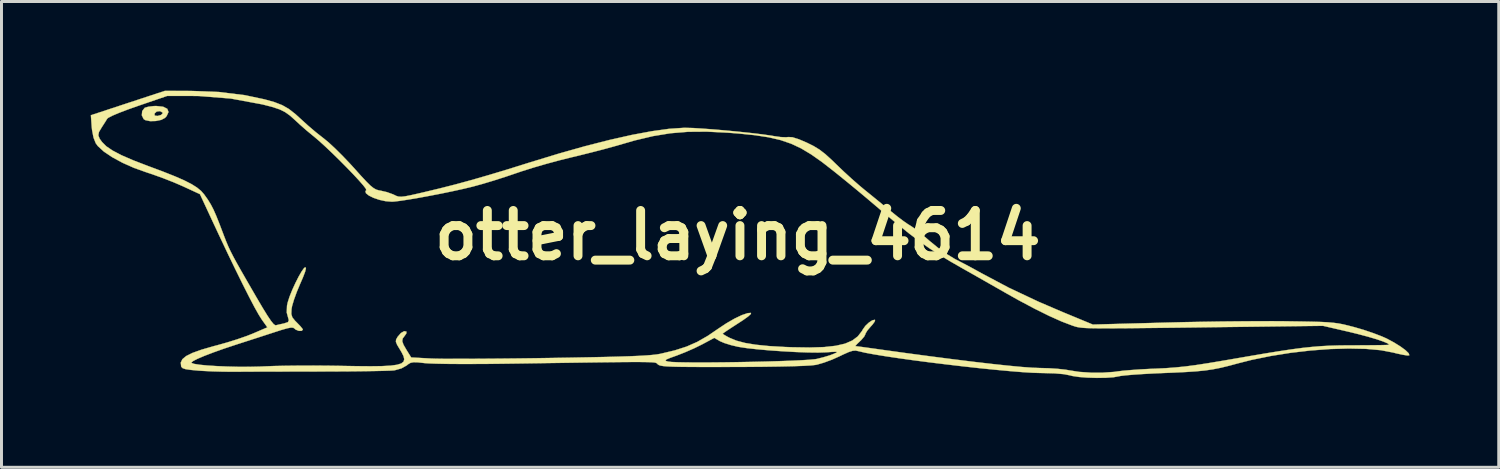
<source format=kicad_pcb>
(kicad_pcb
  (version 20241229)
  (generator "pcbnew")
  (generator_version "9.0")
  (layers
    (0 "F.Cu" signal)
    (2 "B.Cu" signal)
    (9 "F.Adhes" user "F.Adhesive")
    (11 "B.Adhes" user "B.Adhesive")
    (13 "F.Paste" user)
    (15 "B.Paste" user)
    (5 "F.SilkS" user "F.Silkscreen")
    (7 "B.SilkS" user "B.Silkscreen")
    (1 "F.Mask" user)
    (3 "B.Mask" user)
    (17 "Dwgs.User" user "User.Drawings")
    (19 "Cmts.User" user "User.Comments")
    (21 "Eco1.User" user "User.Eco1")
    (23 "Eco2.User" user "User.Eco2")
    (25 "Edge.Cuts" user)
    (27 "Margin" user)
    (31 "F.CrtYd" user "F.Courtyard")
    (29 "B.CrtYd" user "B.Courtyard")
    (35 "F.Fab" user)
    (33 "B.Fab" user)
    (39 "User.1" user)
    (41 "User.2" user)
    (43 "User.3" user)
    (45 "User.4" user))
  (footprint "otter_laying_4614"
    (layer "F.Cu")
    (at 21.749 4.859)
    (property "Reference" "otter_laying_4614" (at 0 0 0) (layer "F.SilkS") (effects (font (size 1.524 1.524) (thickness 0.3))))
    (attr through_hole)
    (fp_poly (pts (xy -19.315 -4.321) (xy -19.176 -4.251) (xy -19.135 -4.144) (xy -19.198 -4.007) (xy -19.248 -3.951) (xy -19.375 -3.881) (xy -19.559 -3.842) (xy -19.753 -3.837) (xy -19.912 -3.87) (xy -19.97 -3.906) (xy -20.032 -4.033) (xy -20.027 -4.092) (xy -19.607 -4.092) (xy -19.597 -4.023) (xy -19.505 -4.011) (xy -19.394 -4.042) (xy -19.333 -4.095) (xy -19.336 -4.126) (xy -19.42 -4.174) (xy -19.531 -4.16) (xy -19.606 -4.093) (xy -19.607 -4.092) (xy -20.027 -4.092) (xy -20.019 -4.176) (xy -19.937 -4.283) (xy -19.929 -4.288) (xy -19.808 -4.323) (xy -19.629 -4.344) (xy -19.545 -4.346) (xy -19.315 -4.321)) (stroke (width 0.01) (type solid)) (fill yes) (layer "F.SilkS"))
    (fp_poly (pts (xy -18.392 -4.853) (xy -17.443 -4.817) (xy -16.57 -4.71) (xy -15.91 -4.57) (xy -15.575 -4.476) (xy -15.315 -4.375) (xy -15.091 -4.247) (xy -14.866 -4.071) (xy -14.663 -3.886) (xy -14.437 -3.681) (xy -14.183 -3.465) (xy -13.951 -3.282) (xy -13.918 -3.257) (xy -13.752 -3.12) (xy -13.535 -2.919) (xy -13.29 -2.676) (xy -13.038 -2.412) (xy -12.901 -2.262) (xy -12.663 -1.997) (xy -12.484 -1.805) (xy -12.35 -1.672) (xy -12.245 -1.588) (xy -12.156 -1.538) (xy -12.068 -1.511) (xy -12.004 -1.5) (xy -11.794 -1.451) (xy -11.591 -1.378) (xy -11.556 -1.362) (xy -11.476 -1.323) (xy -11.401 -1.301) (xy -11.31 -1.296) (xy -11.183 -1.31) (xy -10.998 -1.346) (xy -10.736 -1.405) (xy -10.547 -1.449) (xy -10.017 -1.576) (xy -9.494 -1.709) (xy -8.955 -1.856) (xy -8.38 -2.022) (xy -7.745 -2.213) (xy -7.029 -2.437) (xy -6.957 -2.459) (xy -6.01 -2.748) (xy -5.124 -2.998) (xy -4.303 -3.207) (xy -3.556 -3.375) (xy -2.889 -3.499) (xy -2.309 -3.579) (xy -1.823 -3.612) (xy -1.741 -3.612) (xy -1.506 -3.606) (xy -1.184 -3.586) (xy -0.803 -3.558) (xy -0.387 -3.522) (xy 0.037 -3.481) (xy 0.444 -3.438) (xy 0.807 -3.395) (xy 1.1 -3.354) (xy 1.242 -3.33) (xy 1.444 -3.302) (xy 1.622 -3.295) (xy 1.697 -3.303) (xy 1.835 -3.296) (xy 2.05 -3.229) (xy 2.318 -3.115) (xy 2.551 -2.999) (xy 2.749 -2.878) (xy 2.942 -2.729) (xy 3.162 -2.529) (xy 3.302 -2.393) (xy 3.552 -2.153) (xy 3.829 -1.899) (xy 4.094 -1.667) (xy 4.262 -1.527) (xy 4.522 -1.317) (xy 4.816 -1.077) (xy 5.092 -0.851) (xy 5.165 -0.792) (xy 5.373 -0.625) (xy 5.567 -0.479) (xy 5.72 -0.373) (xy 5.78 -0.337) (xy 5.889 -0.266) (xy 6.056 -0.139) (xy 6.258 0.026) (xy 6.433 0.178) (xy 6.721 0.413) (xy 7.02 0.628) (xy 7.292 0.794) (xy 7.342 0.82) (xy 7.605 0.956) (xy 7.905 1.116) (xy 8.178 1.267) (xy 8.196 1.277) (xy 9.1 1.757) (xy 10.112 2.234) (xy 10.914 2.578) (xy 11.934 3) (xy 14.392 2.934) (xy 14.988 2.919) (xy 15.618 2.907) (xy 16.256 2.897) (xy 16.88 2.891) (xy 17.466 2.887) (xy 17.988 2.886) (xy 18.424 2.889) (xy 18.457 2.89) (xy 18.927 2.897) (xy 19.301 2.904) (xy 19.597 2.912) (xy 19.832 2.924) (xy 20.024 2.941) (xy 20.19 2.963) (xy 20.348 2.993) (xy 20.514 3.033) (xy 20.707 3.083) (xy 20.733 3.09) (xy 21.044 3.181) (xy 21.362 3.289) (xy 21.645 3.397) (xy 21.81 3.47) (xy 22.056 3.602) (xy 22.273 3.737) (xy 22.443 3.862) (xy 22.548 3.963) (xy 22.572 4.029) (xy 22.568 4.035) (xy 22.501 4.039) (xy 22.351 4.015) (xy 22.145 3.971) (xy 22.032 3.942) (xy 21.615 3.862) (xy 21.11 3.817) (xy 20.536 3.805) (xy 19.91 3.823) (xy 19.252 3.872) (xy 18.581 3.95) (xy 17.916 4.056) (xy 17.274 4.187) (xy 16.82 4.302) (xy 16.504 4.387) (xy 16.228 4.454) (xy 15.968 4.505) (xy 15.7 4.544) (xy 15.403 4.573) (xy 15.051 4.596) (xy 14.621 4.617) (xy 14.365 4.627) (xy 13.974 4.644) (xy 13.61 4.664) (xy 13.292 4.685) (xy 13.038 4.707) (xy 12.868 4.727) (xy 12.813 4.738) (xy 12.631 4.771) (xy 12.371 4.789) (xy 12.067 4.793) (xy 11.756 4.784) (xy 11.47 4.762) (xy 11.244 4.728) (xy 11.176 4.71) (xy 10.966 4.668) (xy 10.656 4.641) (xy 10.257 4.63) (xy 10.188 4.629) (xy 9.92 4.621) (xy 9.565 4.599) (xy 9.137 4.564) (xy 8.652 4.519) (xy 8.126 4.466) (xy 7.573 4.405) (xy 7.01 4.339) (xy 6.452 4.271) (xy 5.914 4.201) (xy 5.412 4.131) (xy 4.96 4.064) (xy 4.576 4.001) (xy 4.273 3.945) (xy 4.07 3.897) (xy 3.965 3.875) (xy 3.86 3.882) (xy 3.726 3.925) (xy 3.535 4.01) (xy 3.42 4.066) (xy 3.165 4.18) (xy 2.897 4.279) (xy 2.667 4.346) (xy 2.625 4.355) (xy 2.469 4.373) (xy 2.207 4.388) (xy 1.843 4.401) (xy 1.382 4.411) (xy 0.83 4.419) (xy 0.193 4.424) (xy -0.149 4.425) (xy -0.742 4.426) (xy -1.233 4.426) (xy -1.631 4.424) (xy -1.946 4.421) (xy -2.19 4.415) (xy -2.372 4.407) (xy -2.502 4.396) (xy -2.591 4.381) (xy -2.648 4.363) (xy -2.685 4.341) (xy -2.689 4.337) (xy -2.705 4.321) (xy -2.718 4.307) (xy -2.735 4.295) (xy -2.763 4.284) (xy -2.809 4.275) (xy -2.88 4.269) (xy -2.983 4.264) (xy -3.124 4.261) (xy -3.311 4.259) (xy -3.551 4.259) (xy -3.85 4.261) (xy -4.216 4.265) (xy -4.654 4.27) (xy -5.174 4.277) (xy -5.78 4.286) (xy -6.48 4.296) (xy -7.281 4.308) (xy -7.93 4.317) (xy -8.441 4.323) (xy -8.931 4.325) (xy -9.385 4.325) (xy -9.788 4.322) (xy -10.124 4.315) (xy -10.377 4.306) (xy -10.525 4.296) (xy -10.752 4.271) (xy -10.898 4.267) (xy -10.996 4.285) (xy -11.076 4.331) (xy -11.129 4.374) (xy -11.303 4.472) (xy -11.525 4.535) (xy -11.555 4.54) (xy -11.67 4.548) (xy -11.885 4.555) (xy -12.185 4.562) (xy -12.555 4.568) (xy -12.983 4.573) (xy -13.454 4.576) (xy -13.955 4.578) (xy -14.083 4.578) (xy -14.606 4.579) (xy -15.12 4.58) (xy -15.606 4.581) (xy -16.048 4.582) (xy -16.429 4.583) (xy -16.733 4.585) (xy -16.943 4.586) (xy -16.962 4.586) (xy -17.294 4.584) (xy -17.661 4.574) (xy -18.001 4.557) (xy -18.131 4.548) (xy -18.392 4.524) (xy -18.561 4.499) (xy -18.658 4.467) (xy -18.704 4.422) (xy -18.71 4.406) (xy -18.723 4.279) (xy -18.669 4.165) (xy -18.54 4.058) (xy -18.328 3.953) (xy -18.023 3.844) (xy -17.618 3.727) (xy -17.488 3.693) (xy -17.161 3.601) (xy -16.819 3.494) (xy -16.506 3.385) (xy -16.293 3.301) (xy -15.812 3.094) (xy -16 2.831) (xy -16.102 2.669) (xy -16.246 2.413) (xy -16.426 2.069) (xy -16.639 1.648) (xy -16.881 1.157) (xy -17.148 0.604) (xy -17.435 -0.002) (xy -17.606 -0.367) (xy -18.078 -1.383) (xy -18.649 -1.647) (xy -18.952 -1.778) (xy -19.311 -1.919) (xy -19.672 -2.049) (xy -19.883 -2.119) (xy -20.295 -2.266) (xy -20.682 -2.438) (xy -21.026 -2.625) (xy -21.309 -2.815) (xy -21.51 -2.999) (xy -21.581 -3.095) (xy -21.655 -3.283) (xy -21.67 -3.359) (xy -21.495 -3.359) (xy -21.448 -3.244) (xy -21.369 -3.135) (xy -21.228 -2.993) (xy -21.012 -2.847) (xy -20.712 -2.69) (xy -20.32 -2.52) (xy -19.826 -2.33) (xy -19.801 -2.321) (xy -19.311 -2.138) (xy -18.916 -1.981) (xy -18.603 -1.844) (xy -18.362 -1.721) (xy -18.178 -1.605) (xy -18.039 -1.49) (xy -17.933 -1.369) (xy -17.927 -1.36) (xy -17.809 -1.193) (xy -17.712 -1.035) (xy -17.623 -0.863) (xy -17.53 -0.652) (xy -17.42 -0.376) (xy -17.329 -0.136) (xy -17.256 0.056) (xy -17.19 0.223) (xy -17.124 0.379) (xy -17.049 0.538) (xy -16.958 0.716) (xy -16.844 0.926) (xy -16.698 1.185) (xy -16.514 1.506) (xy -16.283 1.905) (xy -16.184 2.076) (xy -15.975 2.431) (xy -15.812 2.696) (xy -15.69 2.877) (xy -15.603 2.984) (xy -15.544 3.025) (xy -15.528 3.025) (xy -15.411 2.997) (xy -15.253 2.963) (xy -15.25 2.962) (xy -15.121 2.919) (xy -15.09 2.857) (xy -15.095 2.84) (xy -15.161 2.597) (xy -15.152 2.364) (xy -15.127 2.251) (xy -15.066 2.061) (xy -14.977 1.839) (xy -14.871 1.608) (xy -14.762 1.392) (xy -14.661 1.216) (xy -14.579 1.102) (xy -14.537 1.072) (xy -14.516 1.109) (xy -14.543 1.224) (xy -14.62 1.425) (xy -14.718 1.65) (xy -14.827 1.912) (xy -14.919 2.166) (xy -14.981 2.376) (xy -15 2.482) (xy -15.007 2.646) (xy -14.973 2.759) (xy -14.881 2.873) (xy -14.822 2.932) (xy -14.705 3.053) (xy -14.631 3.145) (xy -14.619 3.172) (xy -14.662 3.213) (xy -14.758 3.211) (xy -14.859 3.171) (xy -14.897 3.138) (xy -14.942 3.107) (xy -15.018 3.102) (xy -15.145 3.126) (xy -15.344 3.183) (xy -15.539 3.246) (xy -15.829 3.34) (xy -16.179 3.454) (xy -16.545 3.572) (xy -16.849 3.67) (xy -17.263 3.807) (xy -17.628 3.937) (xy -17.931 4.053) (xy -18.163 4.152) (xy -18.312 4.229) (xy -18.367 4.28) (xy -18.363 4.29) (xy -18.273 4.322) (xy -18.09 4.351) (xy -17.831 4.376) (xy -17.516 4.396) (xy -17.163 4.411) (xy -16.792 4.42) (xy -16.421 4.421) (xy -16.069 4.413) (xy -15.889 4.405) (xy -15.578 4.393) (xy -15.181 4.385) (xy -14.727 4.38) (xy -14.242 4.379) (xy -13.755 4.383) (xy -13.406 4.388) (xy -12.823 4.398) (xy -12.344 4.402) (xy -11.962 4.397) (xy -11.668 4.381) (xy -11.455 4.352) (xy -11.312 4.308) (xy -11.234 4.247) (xy -11.222 4.204) (xy -2.434 4.204) (xy -2.404 4.227) (xy -2.342 4.244) (xy -2.224 4.258) (xy -2.009 4.267) (xy -1.711 4.273) (xy -1.347 4.275) (xy -0.931 4.274) (xy -0.479 4.27) (xy -0.007 4.263) (xy 0.472 4.254) (xy 0.94 4.243) (xy 1.382 4.23) (xy 1.785 4.216) (xy 2.131 4.2) (xy 2.406 4.183) (xy 2.594 4.165) (xy 2.653 4.156) (xy 2.88 4.099) (xy 3.093 4.035) (xy 3.217 3.988) (xy 3.309 3.946) (xy 3.338 3.922) (xy 3.291 3.915) (xy 3.155 3.92) (xy 2.957 3.934) (xy 2.696 3.942) (xy 2.351 3.938) (xy 1.949 3.923) (xy 1.516 3.899) (xy 1.082 3.869) (xy 0.673 3.833) (xy 0.316 3.794) (xy 0.039 3.752) (xy 0 3.745) (xy -0.235 3.689) (xy -0.451 3.621) (xy -0.602 3.557) (xy -0.606 3.554) (xy -0.789 3.447) (xy -1.199 3.666) (xy -1.467 3.798) (xy -1.776 3.933) (xy -2.059 4.044) (xy -2.06 4.044) (xy -2.275 4.121) (xy -2.395 4.171) (xy -2.434 4.204) (xy -11.222 4.204) (xy -11.211 4.165) (xy -11.235 4.063) (xy -11.298 3.936) (xy -11.353 3.843) (xy -11.45 3.682) (xy -11.492 3.581) (xy -11.486 3.506) (xy -11.439 3.421) (xy -11.434 3.413) (xy -11.323 3.285) (xy -11.213 3.222) (xy -11.136 3.238) (xy -11.142 3.301) (xy -11.195 3.377) (xy -11.264 3.469) (xy -11.279 3.559) (xy -11.237 3.678) (xy -11.134 3.856) (xy -10.978 4.106) (xy -10.329 4.141) (xy -10.152 4.147) (xy -9.875 4.151) (xy -9.51 4.152) (xy -9.07 4.152) (xy -8.567 4.149) (xy -8.014 4.145) (xy -7.423 4.139) (xy -6.808 4.131) (xy -6.35 4.124) (xy -5.614 4.112) (xy -4.982 4.1) (xy -4.445 4.089) (xy -3.994 4.077) (xy -3.621 4.065) (xy -3.317 4.052) (xy -3.072 4.038) (xy -2.879 4.022) (xy -2.728 4.005) (xy -2.61 3.985) (xy -2.596 3.982) (xy -2.121 3.869) (xy -1.722 3.741) (xy -1.363 3.583) (xy -1.009 3.38) (xy -0.666 3.146) (xy -0.383 2.958) (xy -0.109 2.8) (xy 0.136 2.683) (xy 0.331 2.617) (xy 0.442 2.608) (xy 0.441 2.643) (xy 0.35 2.727) (xy 0.174 2.853) (xy 0.014 2.957) (xy -0.196 3.093) (xy -0.366 3.205) (xy -0.476 3.281) (xy -0.508 3.308) (xy -0.463 3.343) (xy -0.348 3.409) (xy -0.277 3.446) (xy -0.044 3.542) (xy 0.246 3.619) (xy 0.606 3.678) (xy 1.049 3.723) (xy 1.587 3.754) (xy 1.838 3.763) (xy 2.42 3.772) (xy 2.901 3.757) (xy 3.292 3.714) (xy 3.605 3.642) (xy 3.848 3.537) (xy 4.034 3.398) (xy 4.172 3.22) (xy 4.204 3.163) (xy 4.29 3.043) (xy 4.406 2.934) (xy 4.521 2.858) (xy 4.603 2.84) (xy 4.615 2.847) (xy 4.6 2.903) (xy 4.523 3.007) (xy 4.469 3.066) (xy 4.361 3.192) (xy 4.297 3.295) (xy 4.29 3.322) (xy 4.251 3.401) (xy 4.154 3.515) (xy 4.108 3.559) (xy 4.004 3.659) (xy 3.954 3.718) (xy 3.954 3.725) (xy 4.017 3.733) (xy 4.171 3.753) (xy 4.396 3.784) (xy 4.671 3.822) (xy 4.788 3.839) (xy 5.653 3.959) (xy 6.47 4.068) (xy 7.229 4.166) (xy 7.924 4.252) (xy 8.546 4.324) (xy 9.088 4.382) (xy 9.542 4.425) (xy 9.901 4.451) (xy 10.156 4.461) (xy 10.16 4.461) (xy 10.461 4.469) (xy 10.76 4.489) (xy 11.016 4.517) (xy 11.148 4.54) (xy 11.475 4.591) (xy 11.866 4.617) (xy 12.274 4.617) (xy 12.653 4.591) (xy 12.785 4.572) (xy 12.96 4.551) (xy 13.219 4.529) (xy 13.533 4.507) (xy 13.874 4.489) (xy 14.055 4.482) (xy 14.389 4.466) (xy 14.709 4.442) (xy 15.038 4.409) (xy 15.398 4.362) (xy 15.812 4.298) (xy 16.304 4.216) (xy 16.538 4.176) (xy 17.187 4.064) (xy 17.739 3.97) (xy 18.211 3.894) (xy 18.618 3.833) (xy 18.974 3.786) (xy 19.295 3.752) (xy 19.595 3.727) (xy 19.89 3.711) (xy 20.196 3.702) (xy 20.526 3.698) (xy 20.729 3.698) (xy 21.079 3.697) (xy 21.387 3.694) (xy 21.637 3.691) (xy 21.812 3.686) (xy 21.896 3.681) (xy 21.9 3.68) (xy 21.848 3.635) (xy 21.701 3.572) (xy 21.474 3.494) (xy 21.183 3.408) (xy 20.844 3.318) (xy 20.541 3.244) (xy 19.671 3.043) (xy 16.228 3.086) (xy 15.396 3.097) (xy 14.67 3.106) (xy 14.041 3.113) (xy 13.503 3.119) (xy 13.046 3.124) (xy 12.664 3.126) (xy 12.349 3.127) (xy 12.093 3.126) (xy 11.888 3.123) (xy 11.727 3.118) (xy 11.603 3.11) (xy 11.507 3.1) (xy 11.432 3.088) (xy 11.37 3.074) (xy 11.314 3.057) (xy 11.255 3.037) (xy 11.232 3.029) (xy 10.885 2.897) (xy 10.461 2.707) (xy 9.975 2.466) (xy 9.442 2.183) (xy 9.031 1.952) (xy 8.687 1.756) (xy 8.31 1.541) (xy 7.939 1.33) (xy 7.615 1.147) (xy 7.535 1.102) (xy 7.133 0.871) (xy 6.774 0.653) (xy 6.439 0.435) (xy 6.11 0.204) (xy 5.769 -0.053) (xy 5.398 -0.349) (xy 4.979 -0.698) (xy 4.563 -1.053) (xy 4.324 -1.255) (xy 4.027 -1.503) (xy 3.703 -1.77) (xy 3.383 -2.03) (xy 3.237 -2.147) (xy 2.832 -2.462) (xy 2.469 -2.718) (xy 2.129 -2.922) (xy 1.791 -3.08) (xy 1.434 -3.202) (xy 1.039 -3.294) (xy 0.584 -3.364) (xy 0.05 -3.419) (xy -0.339 -3.449) (xy -1.042 -3.484) (xy -1.673 -3.479) (xy -2.265 -3.43) (xy -2.851 -3.334) (xy -3.466 -3.188) (xy -3.881 -3.068) (xy -4.163 -2.987) (xy -4.521 -2.889) (xy -4.92 -2.786) (xy -5.324 -2.685) (xy -5.588 -2.622) (xy -5.994 -2.521) (xy -6.434 -2.402) (xy -6.868 -2.276) (xy -7.256 -2.154) (xy -7.447 -2.089) (xy -7.805 -1.968) (xy -8.195 -1.843) (xy -8.574 -1.729) (xy -8.898 -1.64) (xy -8.932 -1.631) (xy -9.238 -1.558) (xy -9.593 -1.48) (xy -9.975 -1.401) (xy -10.364 -1.326) (xy -10.738 -1.257) (xy -11.077 -1.2) (xy -11.358 -1.157) (xy -11.562 -1.133) (xy -11.631 -1.13) (xy -11.839 -1.147) (xy -12.05 -1.193) (xy -12.244 -1.259) (xy -12.4 -1.336) (xy -12.498 -1.414) (xy -12.516 -1.485) (xy -12.486 -1.517) (xy -12.503 -1.567) (xy -12.59 -1.681) (xy -12.734 -1.845) (xy -12.922 -2.048) (xy -13.141 -2.275) (xy -13.378 -2.514) (xy -13.621 -2.752) (xy -13.856 -2.975) (xy -14.071 -3.171) (xy -14.253 -3.326) (xy -14.28 -3.347) (xy -14.498 -3.527) (xy -14.731 -3.732) (xy -14.873 -3.864) (xy -15.05 -4.023) (xy -15.216 -4.141) (xy -15.402 -4.233) (xy -15.638 -4.312) (xy -15.952 -4.393) (xy -15.99 -4.402) (xy -17.045 -4.597) (xy -18.104 -4.681) (xy -18.395 -4.685) (xy -19.18 -4.685) (xy -20.159 -4.35) (xy -20.51 -4.226) (xy -20.803 -4.114) (xy -21.024 -4.02) (xy -21.159 -3.95) (xy -21.195 -3.92) (xy -21.262 -3.811) (xy -21.357 -3.664) (xy -21.378 -3.631) (xy -21.472 -3.473) (xy -21.495 -3.359) (xy -21.67 -3.359) (xy -21.705 -3.539) (xy -21.717 -3.659) (xy -21.744 -4.036) (xy -20.502 -4.445) (xy -19.259 -4.854) (xy -18.392 -4.853)) (stroke (width 0.01) (type solid)) (fill yes) (layer "F.SilkS")))
  (gr_rect
    (start -3 -3)
    (end 47.327 12.657)
    (stroke (width 0.1) (type default))
    (fill no)
    (layer "Edge.Cuts")))
</source>
